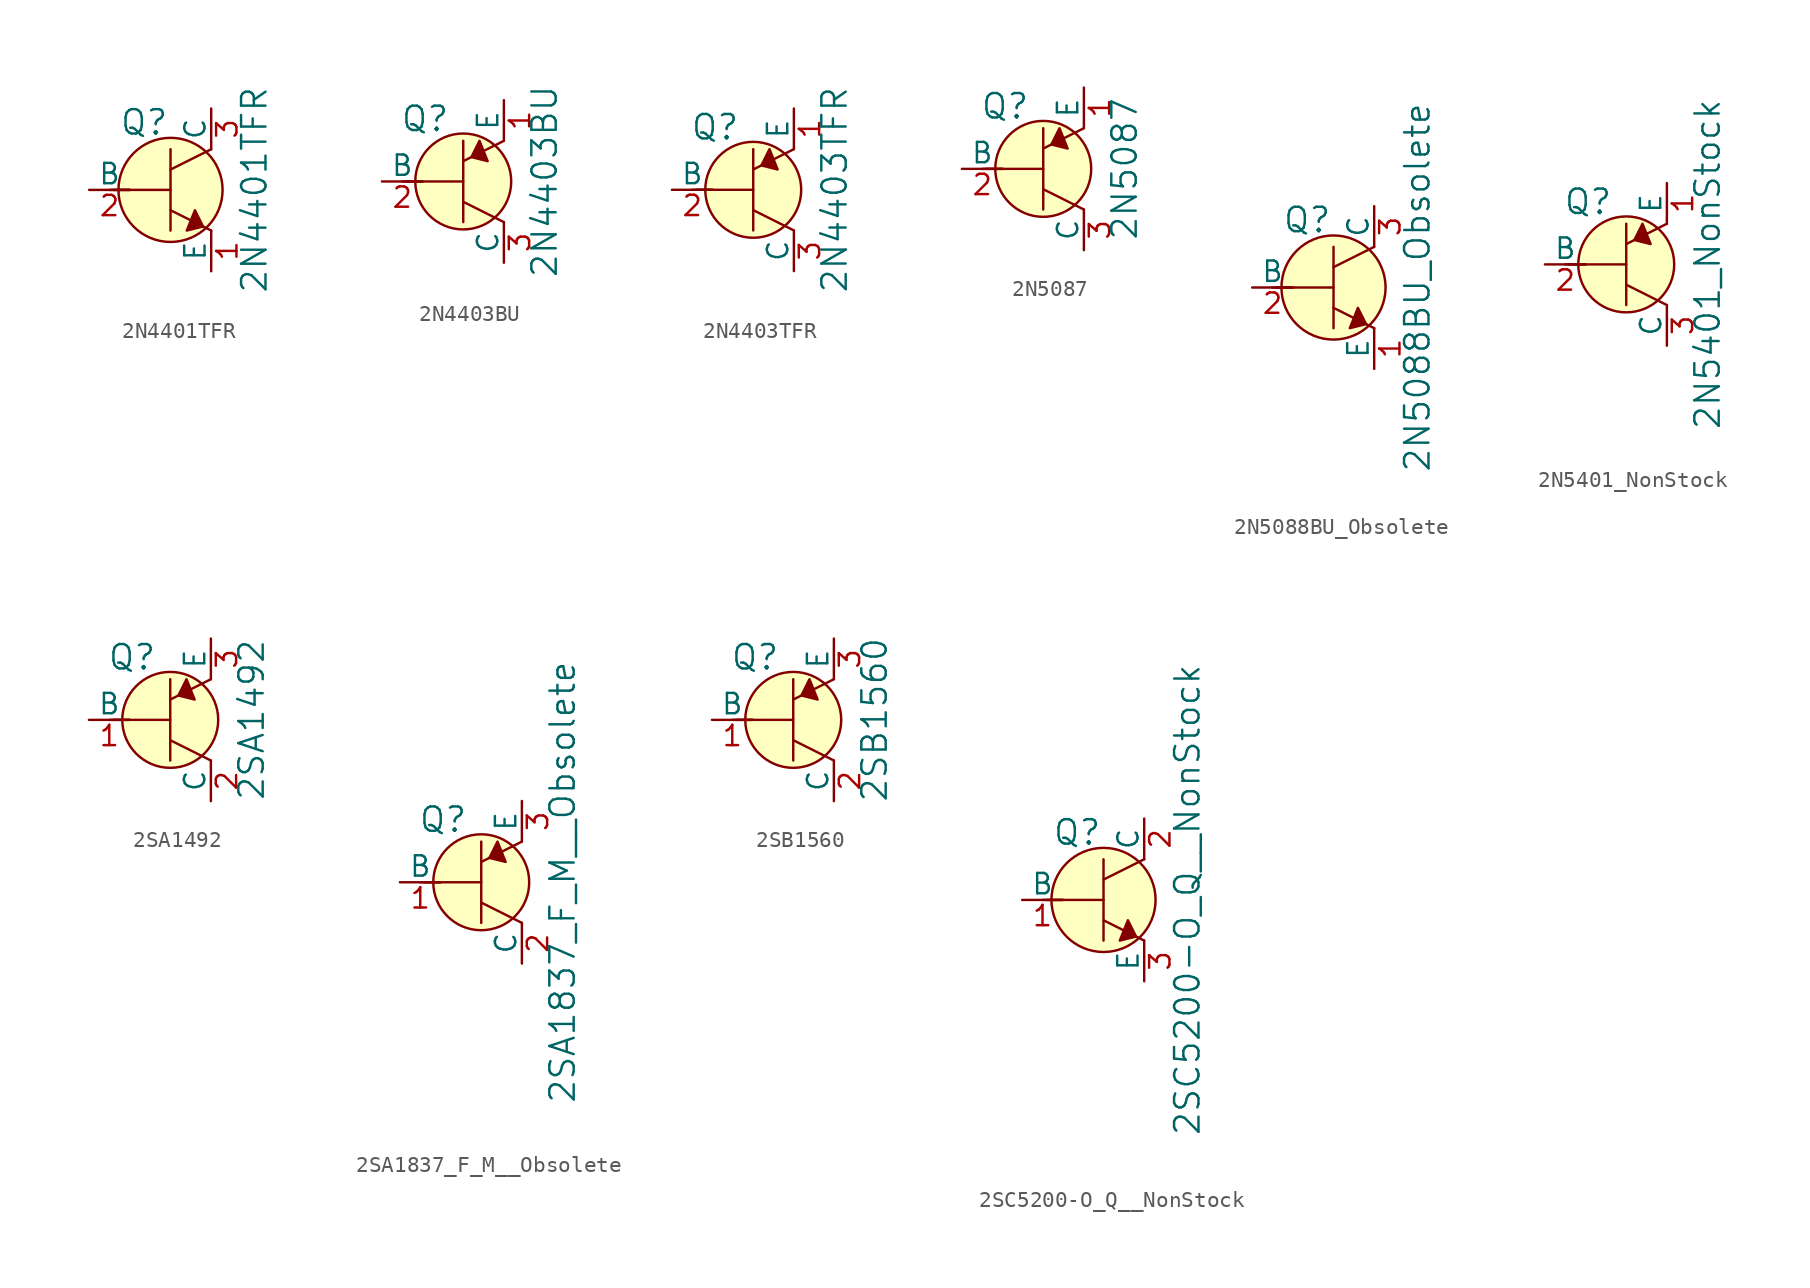
<source format=kicad_sym>
(kicad_symbol_lib
  (version 20231120)
  (generator "kicad_symbol_editor")
  (generator_version "8.0")
  (symbol "2N4401TFR"
    (pin_names
      (offset 0))
    (property "Reference" "Q"
      (at -3.2 4.216 0)
      (effects (font (size 1.524 1.524)) (justify left)))
    (property "Value" "2N4401TFR"
      (at 5.232 0 90)
      (effects (font (size 1.524 1.524))))
    (symbol "2N4401TFR_0_1"
      (polyline (pts (xy -3.81 0) (xy -2.54 0)) (stroke (width 0) (type solid)) (fill (type none)))
      (polyline (pts (xy -3.556 0) (xy 0 0)) (stroke (width 0) (type solid)) (fill (type none)))
      (polyline (pts (xy 0 -1.27) (xy 2.54 -2.54)) (stroke (width 0) (type solid)) (fill (type none)))
      (polyline (pts (xy 0 1.27) (xy 2.54 2.54)) (stroke (width 0) (type solid)) (fill (type none)))
      (polyline (pts (xy 0 2.54) (xy 0 -2.54)) (stroke (width 0) (type solid)) (fill (type none)))
      (polyline (pts (xy 1.524 -1.27) (xy 2.032 -2.286) (xy 1.016 -2.54) (xy 1.524 -1.27)) (stroke (width 0) (type solid)) (fill (type outline)))
      (circle (center 0 0) (radius 3.251) (stroke (width 0) (type solid)) (fill (type background))))
    (symbol "2N4401TFR_1_1"
      (pin passive line (at 2.54 -5.08 90) (length 2.54) (name "E" (effects (font (size 1.27 1.27)))) (number "1" (effects (font (size 1.27 1.27)))))
      (pin input line (at -5.08 0 0) (length 2.54) (name "B" (effects (font (size 1.27 1.27)))) (number "2" (effects (font (size 1.27 1.27)))))
      (pin passive line (at 2.54 5.08 270) (length 2.54) (name "C" (effects (font (size 1.27 1.27)))) (number "3" (effects (font (size 1.27 1.27)))))))
  (symbol "2N4403BU"
    (pin_names
      (offset 0))
    (property "Reference" "Q"
      (at -2.388 3.912 0)
      (effects (font (size 1.524 1.524))))
    (property "Value" "2N4403BU"
      (at 5.08 0 90)
      (effects (font (size 1.524 1.524))))
    (symbol "2N4403BU_0_1"
      (polyline (pts (xy -3.81 0) (xy -2.54 0)) (stroke (width 0) (type solid)) (fill (type none)))
      (polyline (pts (xy -3.556 0) (xy 0 0)) (stroke (width 0) (type solid)) (fill (type none)))
      (polyline (pts (xy 0 -1.27) (xy 2.54 -2.54)) (stroke (width 0) (type solid)) (fill (type none)))
      (polyline (pts (xy 0 1.27) (xy 2.54 2.54)) (stroke (width 0) (type solid)) (fill (type none)))
      (polyline (pts (xy 0 2.54) (xy 0 -2.54)) (stroke (width 0) (type solid)) (fill (type none)))
      (polyline (pts (xy 1.016 2.54) (xy 0.508 1.524) (xy 1.524 1.27) (xy 1.016 2.54)) (stroke (width 0) (type solid)) (fill (type outline)))
      (circle (center 0 0) (radius 2.997) (stroke (width 0) (type solid)) (fill (type background))))
    (symbol "2N4403BU_1_1"
      (pin passive line (at 2.54 5.08 270) (length 2.54) (name "E" (effects (font (size 1.27 1.27)))) (number "1" (effects (font (size 1.27 1.27)))))
      (pin input line (at -5.08 0 0) (length 2.54) (name "B" (effects (font (size 1.27 1.27)))) (number "2" (effects (font (size 1.27 1.27)))))
      (pin passive line (at 2.54 -5.08 90) (length 2.54) (name "C" (effects (font (size 1.27 1.27)))) (number "3" (effects (font (size 1.27 1.27)))))))
  (symbol "2N4403TFR"
    (pin_names
      (offset 0))
    (property "Reference" "Q"
      (at -2.388 3.912 0)
      (effects (font (size 1.524 1.524))))
    (property "Value" "2N4403TFR"
      (at 5.08 0 90)
      (effects (font (size 1.524 1.524))))
    (symbol "2N4403TFR_0_1"
      (polyline (pts (xy -3.81 0) (xy -2.54 0)) (stroke (width 0) (type solid)) (fill (type none)))
      (polyline (pts (xy -3.556 0) (xy 0 0)) (stroke (width 0) (type solid)) (fill (type none)))
      (polyline (pts (xy 0 -1.27) (xy 2.54 -2.54)) (stroke (width 0) (type solid)) (fill (type none)))
      (polyline (pts (xy 0 1.27) (xy 2.54 2.54)) (stroke (width 0) (type solid)) (fill (type none)))
      (polyline (pts (xy 0 2.54) (xy 0 -2.54)) (stroke (width 0) (type solid)) (fill (type none)))
      (polyline (pts (xy 1.016 2.54) (xy 0.508 1.524) (xy 1.524 1.27) (xy 1.016 2.54)) (stroke (width 0) (type solid)) (fill (type outline)))
      (circle (center 0 0) (radius 2.997) (stroke (width 0) (type solid)) (fill (type background))))
    (symbol "2N4403TFR_1_1"
      (pin passive line (at 2.54 5.08 270) (length 2.54) (name "E" (effects (font (size 1.27 1.27)))) (number "1" (effects (font (size 1.27 1.27)))))
      (pin input line (at -5.08 0 0) (length 2.54) (name "B" (effects (font (size 1.27 1.27)))) (number "2" (effects (font (size 1.27 1.27)))))
      (pin passive line (at 2.54 -5.08 90) (length 2.54) (name "C" (effects (font (size 1.27 1.27)))) (number "3" (effects (font (size 1.27 1.27)))))))
  (symbol "2N5087"
    (pin_names
      (offset 0))
    (property "Reference" "Q"
      (at -2.388 3.912 0)
      (effects (font (size 1.524 1.524))))
    (property "Value" "2N5087"
      (at 5.08 0 90)
      (effects (font (size 1.524 1.524))))
    (symbol "2N5087_0_1"
      (polyline (pts (xy -3.81 0) (xy -2.54 0)) (stroke (width 0) (type solid)) (fill (type none)))
      (polyline (pts (xy -3.556 0) (xy 0 0)) (stroke (width 0) (type solid)) (fill (type none)))
      (polyline (pts (xy 0 -1.27) (xy 2.54 -2.54)) (stroke (width 0) (type solid)) (fill (type none)))
      (polyline (pts (xy 0 1.27) (xy 2.54 2.54)) (stroke (width 0) (type solid)) (fill (type none)))
      (polyline (pts (xy 0 2.54) (xy 0 -2.54)) (stroke (width 0) (type solid)) (fill (type none)))
      (polyline (pts (xy 1.016 2.54) (xy 0.508 1.524) (xy 1.524 1.27) (xy 1.016 2.54)) (stroke (width 0) (type solid)) (fill (type outline)))
      (circle (center 0 0) (radius 2.997) (stroke (width 0) (type solid)) (fill (type background))))
    (symbol "2N5087_1_1"
      (pin passive line (at 2.54 5.08 270) (length 2.54) (name "E" (effects (font (size 1.27 1.27)))) (number "1" (effects (font (size 1.27 1.27)))))
      (pin input line (at -5.08 0 0) (length 2.54) (name "B" (effects (font (size 1.27 1.27)))) (number "2" (effects (font (size 1.27 1.27)))))
      (pin passive line (at 2.54 -5.08 90) (length 2.54) (name "C" (effects (font (size 1.27 1.27)))) (number "3" (effects (font (size 1.27 1.27)))))))
  (symbol "2N5088BU_Obsolete"
    (pin_names
      (offset 0))
    (property "Reference" "Q"
      (at -3.2 4.216 0)
      (effects (font (size 1.524 1.524)) (justify left)))
    (property "Value" "2N5088BU_Obsolete"
      (at 5.232 0 90)
      (effects (font (size 1.524 1.524))))
    (symbol "2N5088BU_Obsolete_0_1"
      (polyline (pts (xy -3.81 0) (xy -2.54 0)) (stroke (width 0) (type solid)) (fill (type none)))
      (polyline (pts (xy -3.556 0) (xy 0 0)) (stroke (width 0) (type solid)) (fill (type none)))
      (polyline (pts (xy 0 -1.27) (xy 2.54 -2.54)) (stroke (width 0) (type solid)) (fill (type none)))
      (polyline (pts (xy 0 1.27) (xy 2.54 2.54)) (stroke (width 0) (type solid)) (fill (type none)))
      (polyline (pts (xy 0 2.54) (xy 0 -2.54)) (stroke (width 0) (type solid)) (fill (type none)))
      (polyline (pts (xy 1.524 -1.27) (xy 2.032 -2.286) (xy 1.016 -2.54) (xy 1.524 -1.27)) (stroke (width 0) (type solid)) (fill (type outline)))
      (circle (center 0 0) (radius 3.251) (stroke (width 0) (type solid)) (fill (type background))))
    (symbol "2N5088BU_Obsolete_1_1"
      (pin passive line (at 2.54 -5.08 90) (length 2.54) (name "E" (effects (font (size 1.27 1.27)))) (number "1" (effects (font (size 1.27 1.27)))))
      (pin input line (at -5.08 0 0) (length 2.54) (name "B" (effects (font (size 1.27 1.27)))) (number "2" (effects (font (size 1.27 1.27)))))
      (pin passive line (at 2.54 5.08 270) (length 2.54) (name "C" (effects (font (size 1.27 1.27)))) (number "3" (effects (font (size 1.27 1.27)))))))
  (symbol "2N5401_NonStock"
    (pin_names
      (offset 0))
    (property "Reference" "Q"
      (at -2.388 3.912 0)
      (effects (font (size 1.524 1.524))))
    (property "Value" "2N5401_NonStock"
      (at 5.08 0 90)
      (effects (font (size 1.524 1.524))))
    (symbol "2N5401_NonStock_0_1"
      (polyline (pts (xy -3.81 0) (xy -2.54 0)) (stroke (width 0) (type solid)) (fill (type none)))
      (polyline (pts (xy -3.556 0) (xy 0 0)) (stroke (width 0) (type solid)) (fill (type none)))
      (polyline (pts (xy 0 -1.27) (xy 2.54 -2.54)) (stroke (width 0) (type solid)) (fill (type none)))
      (polyline (pts (xy 0 1.27) (xy 2.54 2.54)) (stroke (width 0) (type solid)) (fill (type none)))
      (polyline (pts (xy 0 2.54) (xy 0 -2.54)) (stroke (width 0) (type solid)) (fill (type none)))
      (polyline (pts (xy 1.016 2.54) (xy 0.508 1.524) (xy 1.524 1.27) (xy 1.016 2.54)) (stroke (width 0) (type solid)) (fill (type outline)))
      (circle (center 0 0) (radius 2.997) (stroke (width 0) (type solid)) (fill (type background))))
    (symbol "2N5401_NonStock_1_1"
      (pin passive line (at 2.54 5.08 270) (length 2.54) (name "E" (effects (font (size 1.27 1.27)))) (number "1" (effects (font (size 1.27 1.27)))))
      (pin input line (at -5.08 0 0) (length 2.54) (name "B" (effects (font (size 1.27 1.27)))) (number "2" (effects (font (size 1.27 1.27)))))
      (pin passive line (at 2.54 -5.08 90) (length 2.54) (name "C" (effects (font (size 1.27 1.27)))) (number "3" (effects (font (size 1.27 1.27)))))))
  (symbol "2SA1492"
    (pin_names
      (offset 0))
    (property "Reference" "Q"
      (at -2.388 3.912 0)
      (effects (font (size 1.524 1.524))))
    (property "Value" "2SA1492"
      (at 5.08 0 90)
      (effects (font (size 1.524 1.524))))
    (symbol "2SA1492_0_1"
      (polyline (pts (xy -3.81 0) (xy -2.54 0)) (stroke (width 0) (type solid)) (fill (type none)))
      (polyline (pts (xy -3.556 0) (xy 0 0)) (stroke (width 0) (type solid)) (fill (type none)))
      (polyline (pts (xy 0 -1.27) (xy 2.54 -2.54)) (stroke (width 0) (type solid)) (fill (type none)))
      (polyline (pts (xy 0 1.27) (xy 2.54 2.54)) (stroke (width 0) (type solid)) (fill (type none)))
      (polyline (pts (xy 0 2.54) (xy 0 -2.54)) (stroke (width 0) (type solid)) (fill (type none)))
      (polyline (pts (xy 1.016 2.54) (xy 0.508 1.524) (xy 1.524 1.27) (xy 1.016 2.54)) (stroke (width 0) (type solid)) (fill (type outline)))
      (circle (center 0 0) (radius 2.997) (stroke (width 0) (type solid)) (fill (type background))))
    (symbol "2SA1492_1_1"
      (pin input line (at -5.08 0 0) (length 2.54) (name "B" (effects (font (size 1.27 1.27)))) (number "1" (effects (font (size 1.27 1.27)))))
      (pin passive line (at 2.54 -5.08 90) (length 2.54) (name "C" (effects (font (size 1.27 1.27)))) (number "2" (effects (font (size 1.27 1.27)))))
      (pin passive line (at 2.54 5.08 270) (length 2.54) (name "E" (effects (font (size 1.27 1.27)))) (number "3" (effects (font (size 1.27 1.27)))))))
  (symbol "2SA1837_F_M__Obsolete"
    (pin_names
      (offset 0))
    (property "Reference" "Q"
      (at -2.388 3.912 0)
      (effects (font (size 1.524 1.524))))
    (property "Value" "2SA1837_F_M__Obsolete"
      (at 5.08 0 90)
      (effects (font (size 1.524 1.524))))
    (symbol "2SA1837_F_M__Obsolete_0_1"
      (polyline (pts (xy -3.81 0) (xy -2.54 0)) (stroke (width 0) (type solid)) (fill (type none)))
      (polyline (pts (xy -3.556 0) (xy 0 0)) (stroke (width 0) (type solid)) (fill (type none)))
      (polyline (pts (xy 0 -1.27) (xy 2.54 -2.54)) (stroke (width 0) (type solid)) (fill (type none)))
      (polyline (pts (xy 0 1.27) (xy 2.54 2.54)) (stroke (width 0) (type solid)) (fill (type none)))
      (polyline (pts (xy 0 2.54) (xy 0 -2.54)) (stroke (width 0) (type solid)) (fill (type none)))
      (polyline (pts (xy 1.016 2.54) (xy 0.508 1.524) (xy 1.524 1.27) (xy 1.016 2.54)) (stroke (width 0) (type solid)) (fill (type outline)))
      (circle (center 0 0) (radius 2.997) (stroke (width 0) (type solid)) (fill (type background))))
    (symbol "2SA1837_F_M__Obsolete_1_1"
      (pin input line (at -5.08 0 0) (length 2.54) (name "B" (effects (font (size 1.27 1.27)))) (number "1" (effects (font (size 1.27 1.27)))))
      (pin passive line (at 2.54 -5.08 90) (length 2.54) (name "C" (effects (font (size 1.27 1.27)))) (number "2" (effects (font (size 1.27 1.27)))))
      (pin passive line (at 2.54 5.08 270) (length 2.54) (name "E" (effects (font (size 1.27 1.27)))) (number "3" (effects (font (size 1.27 1.27)))))))
  (symbol "2SB1560"
    (pin_names
      (offset 0))
    (property "Reference" "Q"
      (at -2.388 3.912 0)
      (effects (font (size 1.524 1.524))))
    (property "Value" "2SB1560"
      (at 5.08 0 90)
      (effects (font (size 1.524 1.524))))
    (symbol "2SB1560_0_1"
      (polyline (pts (xy -3.81 0) (xy -2.54 0)) (stroke (width 0) (type solid)) (fill (type none)))
      (polyline (pts (xy -3.556 0) (xy 0 0)) (stroke (width 0) (type solid)) (fill (type none)))
      (polyline (pts (xy 0 -1.27) (xy 2.54 -2.54)) (stroke (width 0) (type solid)) (fill (type none)))
      (polyline (pts (xy 0 1.27) (xy 2.54 2.54)) (stroke (width 0) (type solid)) (fill (type none)))
      (polyline (pts (xy 0 2.54) (xy 0 -2.54)) (stroke (width 0) (type solid)) (fill (type none)))
      (polyline (pts (xy 1.016 2.54) (xy 0.508 1.524) (xy 1.524 1.27) (xy 1.016 2.54)) (stroke (width 0) (type solid)) (fill (type outline)))
      (circle (center 0 0) (radius 2.997) (stroke (width 0) (type solid)) (fill (type background))))
    (symbol "2SB1560_1_1"
      (pin input line (at -5.08 0 0) (length 2.54) (name "B" (effects (font (size 1.27 1.27)))) (number "1" (effects (font (size 1.27 1.27)))))
      (pin passive line (at 2.54 -5.08 90) (length 2.54) (name "C" (effects (font (size 1.27 1.27)))) (number "2" (effects (font (size 1.27 1.27)))))
      (pin passive line (at 2.54 5.08 270) (length 2.54) (name "E" (effects (font (size 1.27 1.27)))) (number "3" (effects (font (size 1.27 1.27)))))))
  (symbol "2SC5200-O_Q__NonStock"
    (pin_names
      (offset 0))
    (property "Reference" "Q"
      (at -3.2 4.216 0)
      (effects (font (size 1.524 1.524)) (justify left)))
    (property "Value" "2SC5200-O_Q__NonStock"
      (at 5.232 0 90)
      (effects (font (size 1.524 1.524))))
    (symbol "2SC5200-O_Q__NonStock_0_1"
      (polyline (pts (xy -3.81 0) (xy -2.54 0)) (stroke (width 0) (type solid)) (fill (type none)))
      (polyline (pts (xy -3.556 0) (xy 0 0)) (stroke (width 0) (type solid)) (fill (type none)))
      (polyline (pts (xy 0 -1.27) (xy 2.54 -2.54)) (stroke (width 0) (type solid)) (fill (type none)))
      (polyline (pts (xy 0 1.27) (xy 2.54 2.54)) (stroke (width 0) (type solid)) (fill (type none)))
      (polyline (pts (xy 0 2.54) (xy 0 -2.54)) (stroke (width 0) (type solid)) (fill (type none)))
      (polyline (pts (xy 1.524 -1.27) (xy 2.032 -2.286) (xy 1.016 -2.54) (xy 1.524 -1.27)) (stroke (width 0) (type solid)) (fill (type outline)))
      (circle (center 0 0) (radius 3.251) (stroke (width 0) (type solid)) (fill (type background))))
    (symbol "2SC5200-O_Q__NonStock_1_1"
      (pin input line (at -5.08 0 0) (length 2.54) (name "B" (effects (font (size 1.27 1.27)))) (number "1" (effects (font (size 1.27 1.27)))))
      (pin passive line (at 2.54 5.08 270) (length 2.54) (name "C" (effects (font (size 1.27 1.27)))) (number "2" (effects (font (size 1.27 1.27)))))
      (pin passive line (at 2.54 -5.08 90) (length 2.54) (name "E" (effects (font (size 1.27 1.27)))) (number "3" (effects (font (size 1.27 1.27))))))))
</source>
